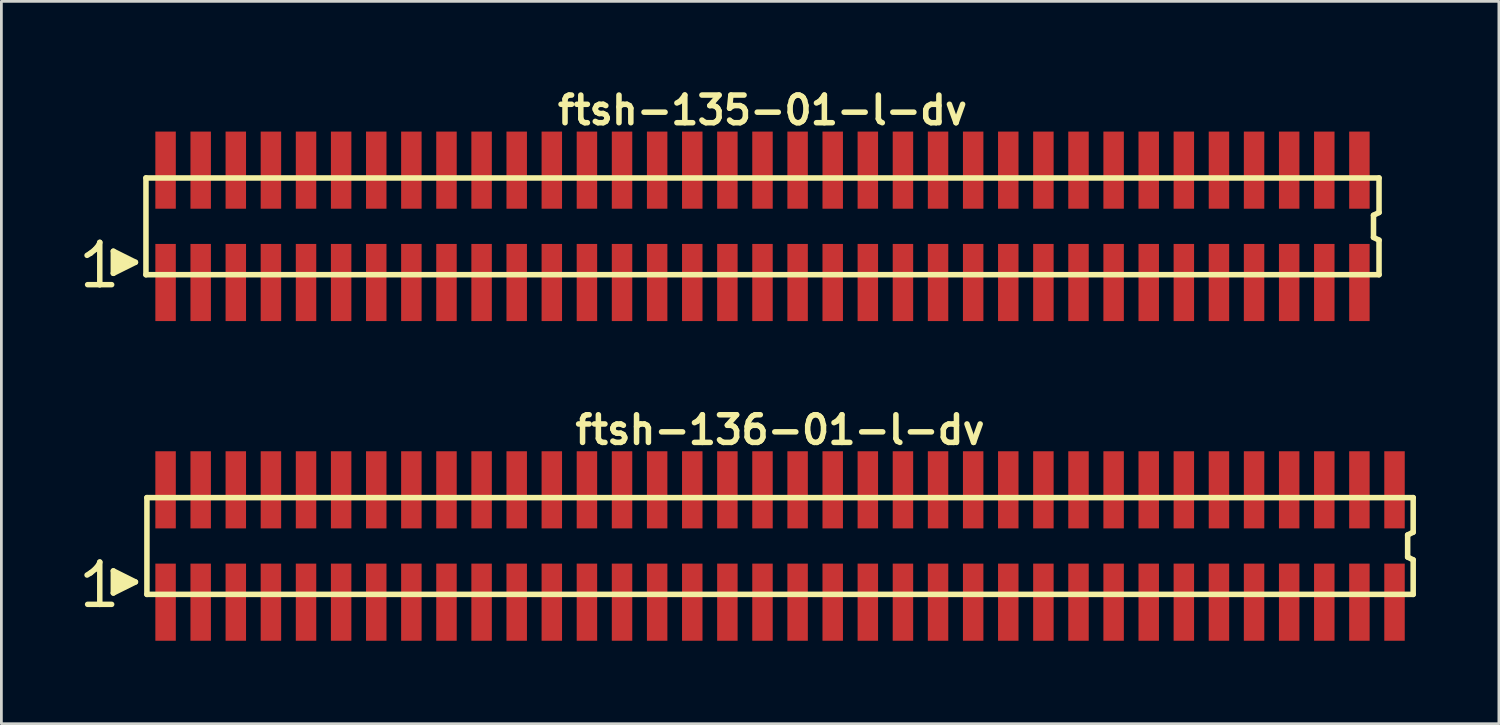
<source format=kicad_pcb>
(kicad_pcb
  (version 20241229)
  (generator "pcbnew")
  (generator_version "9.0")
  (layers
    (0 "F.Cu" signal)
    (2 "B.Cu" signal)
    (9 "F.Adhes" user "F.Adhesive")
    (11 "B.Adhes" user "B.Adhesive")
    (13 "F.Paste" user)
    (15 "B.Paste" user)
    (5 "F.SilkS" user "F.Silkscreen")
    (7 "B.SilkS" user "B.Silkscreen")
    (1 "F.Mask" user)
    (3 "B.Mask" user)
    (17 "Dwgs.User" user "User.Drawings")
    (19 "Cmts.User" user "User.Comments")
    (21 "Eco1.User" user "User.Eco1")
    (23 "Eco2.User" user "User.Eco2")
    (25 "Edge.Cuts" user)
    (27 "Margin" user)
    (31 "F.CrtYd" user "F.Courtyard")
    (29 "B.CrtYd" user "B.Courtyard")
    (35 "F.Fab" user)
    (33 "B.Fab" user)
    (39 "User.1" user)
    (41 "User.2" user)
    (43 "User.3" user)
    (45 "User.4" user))
  (footprint "ftsh-135-01-l-dv"
    (layer "F.Cu")
    (at 24.529 5.136)
    (property "Reference" "ftsh-135-01-l-dv" (at 0 -4.2 0) (layer "F.SilkS") (effects (font (size 1 1) (thickness 0.2))))
    (attr through_hole)
    (fp_line (start -24.43 1.05) (end -24.3 0.97) (stroke (width 0.198) (type solid)) (layer "F.SilkS"))
    (fp_line (start -24.3 0.97) (end -24.14 0.84) (stroke (width 0.198) (type solid)) (layer "F.SilkS"))
    (fp_line (start -24.14 0.84) (end -24 0.67) (stroke (width 0.198) (type solid)) (layer "F.SilkS"))
    (fp_line (start -24 0.67) (end -23.97 0.58) (stroke (width 0.198) (type solid)) (layer "F.SilkS"))
    (fp_line (start -23.97 0.58) (end -23.97 2.11) (stroke (width 0.198) (type solid)) (layer "F.SilkS"))
    (fp_line (start -23.97 2.11) (end -24.41 2.11) (stroke (width 0.198) (type solid)) (layer "F.SilkS"))
    (fp_line (start -23.54 2.11) (end -23.98 2.11) (stroke (width 0.198) (type solid)) (layer "F.SilkS"))
    (fp_line (start -23.48 0.9) (end -22.68 1.3) (stroke (width 0.198) (type solid)) (layer "F.SilkS"))
    (fp_line (start -23.48 1.7) (end -23.48 0.9) (stroke (width 0.198) (type solid)) (layer "F.SilkS"))
    (fp_line (start -23.38 1.6) (end -23.38 1) (stroke (width 0.198) (type solid)) (layer "F.SilkS"))
    (fp_line (start -23.28 1.1) (end -23.28 1.5) (stroke (width 0.198) (type solid)) (layer "F.SilkS"))
    (fp_line (start -23.18 1.5) (end -23.18 1.1) (stroke (width 0.198) (type solid)) (layer "F.SilkS"))
    (fp_line (start -23.08 1.2) (end -23.08 1.4) (stroke (width 0.198) (type solid)) (layer "F.SilkS"))
    (fp_line (start -22.98 1.4) (end -22.98 1.2) (stroke (width 0.198) (type solid)) (layer "F.SilkS"))
    (fp_line (start -22.68 1.3) (end -23.48 1.7) (stroke (width 0.198) (type solid)) (layer "F.SilkS"))
    (fp_line (start -22.3 -1.75) (end -22.3 1.75) (stroke (width 0.2) (type solid)) (layer "F.SilkS"))
    (fp_line (start -22.3 -1.75) (end 22.3 -1.75) (stroke (width 0.2) (type solid)) (layer "F.SilkS"))
    (fp_line (start -22.3 1.75) (end 22.3 1.75) (stroke (width 0.2) (type solid)) (layer "F.SilkS"))
    (fp_line (start 22.1 -0.4) (end 22.1 0.4) (stroke (width 0.2) (type solid)) (layer "F.SilkS"))
    (fp_line (start 22.1 0.4) (end 22.3 0.5) (stroke (width 0.2) (type solid)) (layer "F.SilkS"))
    (fp_line (start 22.3 -0.5) (end 22.1 -0.4) (stroke (width 0.2) (type solid)) (layer "F.SilkS"))
    (fp_line (start 22.3 -0.5) (end 22.3 -1.75) (stroke (width 0.2) (type solid)) (layer "F.SilkS"))
    (fp_line (start 22.3 0.5) (end 22.3 1.75) (stroke (width 0.2) (type solid)) (layer "F.SilkS"))
    (pad "1" smd rect (at -21.59 2.032) (size 0.74 2.79) (layers "F.Cu" "F.Mask" "F.Paste"))
    (pad "2" smd rect (at -21.59 -2.032) (size 0.74 2.79) (layers "F.Cu" "F.Mask" "F.Paste"))
    (pad "3" smd rect (at -20.32 2.032) (size 0.74 2.79) (layers "F.Cu" "F.Mask" "F.Paste"))
    (pad "4" smd rect (at -20.32 -2.032) (size 0.74 2.79) (layers "F.Cu" "F.Mask" "F.Paste"))
    (pad "5" smd rect (at -19.05 2.032) (size 0.74 2.79) (layers "F.Cu" "F.Mask" "F.Paste"))
    (pad "6" smd rect (at -19.05 -2.032) (size 0.74 2.79) (layers "F.Cu" "F.Mask" "F.Paste"))
    (pad "7" smd rect (at -17.78 2.032) (size 0.74 2.79) (layers "F.Cu" "F.Mask" "F.Paste"))
    (pad "8" smd rect (at -17.78 -2.032) (size 0.74 2.79) (layers "F.Cu" "F.Mask" "F.Paste"))
    (pad "9" smd rect (at -16.51 2.032) (size 0.74 2.79) (layers "F.Cu" "F.Mask" "F.Paste"))
    (pad "10" smd rect (at -16.51 -2.032) (size 0.74 2.79) (layers "F.Cu" "F.Mask" "F.Paste"))
    (pad "11" smd rect (at -15.24 2.032) (size 0.74 2.79) (layers "F.Cu" "F.Mask" "F.Paste"))
    (pad "12" smd rect (at -15.24 -2.032) (size 0.74 2.79) (layers "F.Cu" "F.Mask" "F.Paste"))
    (pad "13" smd rect (at -13.97 2.032) (size 0.74 2.79) (layers "F.Cu" "F.Mask" "F.Paste"))
    (pad "14" smd rect (at -13.97 -2.032) (size 0.74 2.79) (layers "F.Cu" "F.Mask" "F.Paste"))
    (pad "15" smd rect (at -12.7 2.032) (size 0.74 2.79) (layers "F.Cu" "F.Mask" "F.Paste"))
    (pad "16" smd rect (at -12.7 -2.032) (size 0.74 2.79) (layers "F.Cu" "F.Mask" "F.Paste"))
    (pad "17" smd rect (at -11.43 2.032) (size 0.74 2.79) (layers "F.Cu" "F.Mask" "F.Paste"))
    (pad "18" smd rect (at -11.43 -2.032) (size 0.74 2.79) (layers "F.Cu" "F.Mask" "F.Paste"))
    (pad "19" smd rect (at -10.16 2.032) (size 0.74 2.79) (layers "F.Cu" "F.Mask" "F.Paste"))
    (pad "20" smd rect (at -10.16 -2.032) (size 0.74 2.79) (layers "F.Cu" "F.Mask" "F.Paste"))
    (pad "21" smd rect (at -8.89 2.032) (size 0.74 2.79) (layers "F.Cu" "F.Mask" "F.Paste"))
    (pad "22" smd rect (at -8.89 -2.032) (size 0.74 2.79) (layers "F.Cu" "F.Mask" "F.Paste"))
    (pad "23" smd rect (at -7.62 2.032) (size 0.74 2.79) (layers "F.Cu" "F.Mask" "F.Paste"))
    (pad "24" smd rect (at -7.62 -2.032) (size 0.74 2.79) (layers "F.Cu" "F.Mask" "F.Paste"))
    (pad "25" smd rect (at -6.35 2.032) (size 0.74 2.79) (layers "F.Cu" "F.Mask" "F.Paste"))
    (pad "26" smd rect (at -6.35 -2.032) (size 0.74 2.79) (layers "F.Cu" "F.Mask" "F.Paste"))
    (pad "27" smd rect (at -5.08 2.032) (size 0.74 2.79) (layers "F.Cu" "F.Mask" "F.Paste"))
    (pad "28" smd rect (at -5.08 -2.032) (size 0.74 2.79) (layers "F.Cu" "F.Mask" "F.Paste"))
    (pad "29" smd rect (at -3.81 2.032) (size 0.74 2.79) (layers "F.Cu" "F.Mask" "F.Paste"))
    (pad "30" smd rect (at -3.81 -2.032) (size 0.74 2.79) (layers "F.Cu" "F.Mask" "F.Paste"))
    (pad "31" smd rect (at -2.54 2.032) (size 0.74 2.79) (layers "F.Cu" "F.Mask" "F.Paste"))
    (pad "32" smd rect (at -2.54 -2.032) (size 0.74 2.79) (layers "F.Cu" "F.Mask" "F.Paste"))
    (pad "33" smd rect (at -1.27 2.032) (size 0.74 2.79) (layers "F.Cu" "F.Mask" "F.Paste"))
    (pad "34" smd rect (at -1.27 -2.032) (size 0.74 2.79) (layers "F.Cu" "F.Mask" "F.Paste"))
    (pad "35" smd rect (at 0 2.032) (size 0.74 2.79) (layers "F.Cu" "F.Mask" "F.Paste"))
    (pad "36" smd rect (at 0 -2.032) (size 0.74 2.79) (layers "F.Cu" "F.Mask" "F.Paste"))
    (pad "37" smd rect (at 1.27 2.032) (size 0.74 2.79) (layers "F.Cu" "F.Mask" "F.Paste"))
    (pad "38" smd rect (at 1.27 -2.032) (size 0.74 2.79) (layers "F.Cu" "F.Mask" "F.Paste"))
    (pad "39" smd rect (at 2.54 2.032) (size 0.74 2.79) (layers "F.Cu" "F.Mask" "F.Paste"))
    (pad "40" smd rect (at 2.54 -2.032) (size 0.74 2.79) (layers "F.Cu" "F.Mask" "F.Paste"))
    (pad "41" smd rect (at 3.81 2.032) (size 0.74 2.79) (layers "F.Cu" "F.Mask" "F.Paste"))
    (pad "42" smd rect (at 3.81 -2.032) (size 0.74 2.79) (layers "F.Cu" "F.Mask" "F.Paste"))
    (pad "43" smd rect (at 5.08 2.032) (size 0.74 2.79) (layers "F.Cu" "F.Mask" "F.Paste"))
    (pad "44" smd rect (at 5.08 -2.032) (size 0.74 2.79) (layers "F.Cu" "F.Mask" "F.Paste"))
    (pad "45" smd rect (at 6.35 2.032) (size 0.74 2.79) (layers "F.Cu" "F.Mask" "F.Paste"))
    (pad "46" smd rect (at 6.35 -2.032) (size 0.74 2.79) (layers "F.Cu" "F.Mask" "F.Paste"))
    (pad "47" smd rect (at 7.62 2.032) (size 0.74 2.79) (layers "F.Cu" "F.Mask" "F.Paste"))
    (pad "48" smd rect (at 7.62 -2.032) (size 0.74 2.79) (layers "F.Cu" "F.Mask" "F.Paste"))
    (pad "49" smd rect (at 8.89 2.032) (size 0.74 2.79) (layers "F.Cu" "F.Mask" "F.Paste"))
    (pad "50" smd rect (at 8.89 -2.032) (size 0.74 2.79) (layers "F.Cu" "F.Mask" "F.Paste"))
    (pad "51" smd rect (at 10.16 2.032) (size 0.74 2.79) (layers "F.Cu" "F.Mask" "F.Paste"))
    (pad "52" smd rect (at 10.16 -2.032) (size 0.74 2.79) (layers "F.Cu" "F.Mask" "F.Paste"))
    (pad "53" smd rect (at 11.43 2.032) (size 0.74 2.79) (layers "F.Cu" "F.Mask" "F.Paste"))
    (pad "54" smd rect (at 11.43 -2.032) (size 0.74 2.79) (layers "F.Cu" "F.Mask" "F.Paste"))
    (pad "55" smd rect (at 12.7 2.032) (size 0.74 2.79) (layers "F.Cu" "F.Mask" "F.Paste"))
    (pad "56" smd rect (at 12.7 -2.032) (size 0.74 2.79) (layers "F.Cu" "F.Mask" "F.Paste"))
    (pad "57" smd rect (at 13.97 2.032) (size 0.74 2.79) (layers "F.Cu" "F.Mask" "F.Paste"))
    (pad "58" smd rect (at 13.97 -2.032) (size 0.74 2.79) (layers "F.Cu" "F.Mask" "F.Paste"))
    (pad "59" smd rect (at 15.24 2.032) (size 0.74 2.79) (layers "F.Cu" "F.Mask" "F.Paste"))
    (pad "60" smd rect (at 15.24 -2.032) (size 0.74 2.79) (layers "F.Cu" "F.Mask" "F.Paste"))
    (pad "61" smd rect (at 16.51 2.032) (size 0.74 2.79) (layers "F.Cu" "F.Mask" "F.Paste"))
    (pad "62" smd rect (at 16.51 -2.032) (size 0.74 2.79) (layers "F.Cu" "F.Mask" "F.Paste"))
    (pad "63" smd rect (at 17.78 2.032) (size 0.74 2.79) (layers "F.Cu" "F.Mask" "F.Paste"))
    (pad "64" smd rect (at 17.78 -2.032) (size 0.74 2.79) (layers "F.Cu" "F.Mask" "F.Paste"))
    (pad "65" smd rect (at 19.05 2.032) (size 0.74 2.79) (layers "F.Cu" "F.Mask" "F.Paste"))
    (pad "66" smd rect (at 19.05 -2.032) (size 0.74 2.79) (layers "F.Cu" "F.Mask" "F.Paste"))
    (pad "67" smd rect (at 20.32 2.032) (size 0.74 2.79) (layers "F.Cu" "F.Mask" "F.Paste"))
    (pad "68" smd rect (at 20.32 -2.032) (size 0.74 2.79) (layers "F.Cu" "F.Mask" "F.Paste"))
    (pad "69" smd rect (at 21.59 2.032) (size 0.74 2.79) (layers "F.Cu" "F.Mask" "F.Paste"))
    (pad "70" smd rect (at 21.59 -2.032) (size 0.74 2.79) (layers "F.Cu" "F.Mask" "F.Paste")))
  (footprint "ftsh-136-01-l-dv"
    (layer "F.Cu")
    (at 25.164 16.699)
    (property "Reference" "ftsh-136-01-l-dv" (at 0 -4.2 0) (layer "F.SilkS") (effects (font (size 1 1) (thickness 0.2))))
    (attr through_hole)
    (fp_line (start -25.065 1.05) (end -24.935 0.97) (stroke (width 0.198) (type solid)) (layer "F.SilkS"))
    (fp_line (start -24.935 0.97) (end -24.775 0.84) (stroke (width 0.198) (type solid)) (layer "F.SilkS"))
    (fp_line (start -24.775 0.84) (end -24.635 0.67) (stroke (width 0.198) (type solid)) (layer "F.SilkS"))
    (fp_line (start -24.635 0.67) (end -24.605 0.58) (stroke (width 0.198) (type solid)) (layer "F.SilkS"))
    (fp_line (start -24.605 0.58) (end -24.605 2.11) (stroke (width 0.198) (type solid)) (layer "F.SilkS"))
    (fp_line (start -24.605 2.11) (end -25.045 2.11) (stroke (width 0.198) (type solid)) (layer "F.SilkS"))
    (fp_line (start -24.175 2.11) (end -24.615 2.11) (stroke (width 0.198) (type solid)) (layer "F.SilkS"))
    (fp_line (start -24.115 0.9) (end -23.315 1.3) (stroke (width 0.198) (type solid)) (layer "F.SilkS"))
    (fp_line (start -24.115 1.7) (end -24.115 0.9) (stroke (width 0.198) (type solid)) (layer "F.SilkS"))
    (fp_line (start -24.015 1.6) (end -24.015 1) (stroke (width 0.198) (type solid)) (layer "F.SilkS"))
    (fp_line (start -23.915 1.1) (end -23.915 1.5) (stroke (width 0.198) (type solid)) (layer "F.SilkS"))
    (fp_line (start -23.815 1.5) (end -23.815 1.1) (stroke (width 0.198) (type solid)) (layer "F.SilkS"))
    (fp_line (start -23.715 1.2) (end -23.715 1.4) (stroke (width 0.198) (type solid)) (layer "F.SilkS"))
    (fp_line (start -23.615 1.4) (end -23.615 1.2) (stroke (width 0.198) (type solid)) (layer "F.SilkS"))
    (fp_line (start -23.315 1.3) (end -24.115 1.7) (stroke (width 0.198) (type solid)) (layer "F.SilkS"))
    (fp_line (start -22.9 -1.75) (end -22.9 1.75) (stroke (width 0.2) (type solid)) (layer "F.SilkS"))
    (fp_line (start -22.9 -1.75) (end 22.9 -1.75) (stroke (width 0.2) (type solid)) (layer "F.SilkS"))
    (fp_line (start -22.9 1.75) (end 22.9 1.75) (stroke (width 0.2) (type solid)) (layer "F.SilkS"))
    (fp_line (start 22.7 -0.4) (end 22.7 0.4) (stroke (width 0.2) (type solid)) (layer "F.SilkS"))
    (fp_line (start 22.7 0.4) (end 22.9 0.5) (stroke (width 0.2) (type solid)) (layer "F.SilkS"))
    (fp_line (start 22.9 -0.5) (end 22.7 -0.4) (stroke (width 0.2) (type solid)) (layer "F.SilkS"))
    (fp_line (start 22.9 -0.5) (end 22.9 -1.75) (stroke (width 0.2) (type solid)) (layer "F.SilkS"))
    (fp_line (start 22.9 0.5) (end 22.9 1.75) (stroke (width 0.2) (type solid)) (layer "F.SilkS"))
    (pad "1" smd rect (at -22.225 2.032) (size 0.74 2.79) (layers "F.Cu" "F.Mask" "F.Paste"))
    (pad "2" smd rect (at -22.225 -2.032) (size 0.74 2.79) (layers "F.Cu" "F.Mask" "F.Paste"))
    (pad "3" smd rect (at -20.955 2.032) (size 0.74 2.79) (layers "F.Cu" "F.Mask" "F.Paste"))
    (pad "4" smd rect (at -20.955 -2.032) (size 0.74 2.79) (layers "F.Cu" "F.Mask" "F.Paste"))
    (pad "5" smd rect (at -19.685 2.032) (size 0.74 2.79) (layers "F.Cu" "F.Mask" "F.Paste"))
    (pad "6" smd rect (at -19.685 -2.032) (size 0.74 2.79) (layers "F.Cu" "F.Mask" "F.Paste"))
    (pad "7" smd rect (at -18.415 2.032) (size 0.74 2.79) (layers "F.Cu" "F.Mask" "F.Paste"))
    (pad "8" smd rect (at -18.415 -2.032) (size 0.74 2.79) (layers "F.Cu" "F.Mask" "F.Paste"))
    (pad "9" smd rect (at -17.145 2.032) (size 0.74 2.79) (layers "F.Cu" "F.Mask" "F.Paste"))
    (pad "10" smd rect (at -17.145 -2.032) (size 0.74 2.79) (layers "F.Cu" "F.Mask" "F.Paste"))
    (pad "11" smd rect (at -15.875 2.032) (size 0.74 2.79) (layers "F.Cu" "F.Mask" "F.Paste"))
    (pad "12" smd rect (at -15.875 -2.032) (size 0.74 2.79) (layers "F.Cu" "F.Mask" "F.Paste"))
    (pad "13" smd rect (at -14.605 2.032) (size 0.74 2.79) (layers "F.Cu" "F.Mask" "F.Paste"))
    (pad "14" smd rect (at -14.605 -2.032) (size 0.74 2.79) (layers "F.Cu" "F.Mask" "F.Paste"))
    (pad "15" smd rect (at -13.335 2.032) (size 0.74 2.79) (layers "F.Cu" "F.Mask" "F.Paste"))
    (pad "16" smd rect (at -13.335 -2.032) (size 0.74 2.79) (layers "F.Cu" "F.Mask" "F.Paste"))
    (pad "17" smd rect (at -12.065 2.032) (size 0.74 2.79) (layers "F.Cu" "F.Mask" "F.Paste"))
    (pad "18" smd rect (at -12.065 -2.032) (size 0.74 2.79) (layers "F.Cu" "F.Mask" "F.Paste"))
    (pad "19" smd rect (at -10.795 2.032) (size 0.74 2.79) (layers "F.Cu" "F.Mask" "F.Paste"))
    (pad "20" smd rect (at -10.795 -2.032) (size 0.74 2.79) (layers "F.Cu" "F.Mask" "F.Paste"))
    (pad "21" smd rect (at -9.525 2.032) (size 0.74 2.79) (layers "F.Cu" "F.Mask" "F.Paste"))
    (pad "22" smd rect (at -9.525 -2.032) (size 0.74 2.79) (layers "F.Cu" "F.Mask" "F.Paste"))
    (pad "23" smd rect (at -8.255 2.032) (size 0.74 2.79) (layers "F.Cu" "F.Mask" "F.Paste"))
    (pad "24" smd rect (at -8.255 -2.032) (size 0.74 2.79) (layers "F.Cu" "F.Mask" "F.Paste"))
    (pad "25" smd rect (at -6.985 2.032) (size 0.74 2.79) (layers "F.Cu" "F.Mask" "F.Paste"))
    (pad "26" smd rect (at -6.985 -2.032) (size 0.74 2.79) (layers "F.Cu" "F.Mask" "F.Paste"))
    (pad "27" smd rect (at -5.715 2.032) (size 0.74 2.79) (layers "F.Cu" "F.Mask" "F.Paste"))
    (pad "28" smd rect (at -5.715 -2.032) (size 0.74 2.79) (layers "F.Cu" "F.Mask" "F.Paste"))
    (pad "29" smd rect (at -4.445 2.032) (size 0.74 2.79) (layers "F.Cu" "F.Mask" "F.Paste"))
    (pad "30" smd rect (at -4.445 -2.032) (size 0.74 2.79) (layers "F.Cu" "F.Mask" "F.Paste"))
    (pad "31" smd rect (at -3.175 2.032) (size 0.74 2.79) (layers "F.Cu" "F.Mask" "F.Paste"))
    (pad "32" smd rect (at -3.175 -2.032) (size 0.74 2.79) (layers "F.Cu" "F.Mask" "F.Paste"))
    (pad "33" smd rect (at -1.905 2.032) (size 0.74 2.79) (layers "F.Cu" "F.Mask" "F.Paste"))
    (pad "34" smd rect (at -1.905 -2.032) (size 0.74 2.79) (layers "F.Cu" "F.Mask" "F.Paste"))
    (pad "35" smd rect (at -0.635 2.032) (size 0.74 2.79) (layers "F.Cu" "F.Mask" "F.Paste"))
    (pad "36" smd rect (at -0.635 -2.032) (size 0.74 2.79) (layers "F.Cu" "F.Mask" "F.Paste"))
    (pad "37" smd rect (at 0.635 2.032) (size 0.74 2.79) (layers "F.Cu" "F.Mask" "F.Paste"))
    (pad "38" smd rect (at 0.635 -2.032) (size 0.74 2.79) (layers "F.Cu" "F.Mask" "F.Paste"))
    (pad "39" smd rect (at 1.905 2.032) (size 0.74 2.79) (layers "F.Cu" "F.Mask" "F.Paste"))
    (pad "40" smd rect (at 1.905 -2.032) (size 0.74 2.79) (layers "F.Cu" "F.Mask" "F.Paste"))
    (pad "41" smd rect (at 3.175 2.032) (size 0.74 2.79) (layers "F.Cu" "F.Mask" "F.Paste"))
    (pad "42" smd rect (at 3.175 -2.032) (size 0.74 2.79) (layers "F.Cu" "F.Mask" "F.Paste"))
    (pad "43" smd rect (at 4.445 2.032) (size 0.74 2.79) (layers "F.Cu" "F.Mask" "F.Paste"))
    (pad "44" smd rect (at 4.445 -2.032) (size 0.74 2.79) (layers "F.Cu" "F.Mask" "F.Paste"))
    (pad "45" smd rect (at 5.715 2.032) (size 0.74 2.79) (layers "F.Cu" "F.Mask" "F.Paste"))
    (pad "46" smd rect (at 5.715 -2.032) (size 0.74 2.79) (layers "F.Cu" "F.Mask" "F.Paste"))
    (pad "47" smd rect (at 6.985 2.032) (size 0.74 2.79) (layers "F.Cu" "F.Mask" "F.Paste"))
    (pad "48" smd rect (at 6.985 -2.032) (size 0.74 2.79) (layers "F.Cu" "F.Mask" "F.Paste"))
    (pad "49" smd rect (at 8.255 2.032) (size 0.74 2.79) (layers "F.Cu" "F.Mask" "F.Paste"))
    (pad "50" smd rect (at 8.255 -2.032) (size 0.74 2.79) (layers "F.Cu" "F.Mask" "F.Paste"))
    (pad "51" smd rect (at 9.525 2.032) (size 0.74 2.79) (layers "F.Cu" "F.Mask" "F.Paste"))
    (pad "52" smd rect (at 9.525 -2.032) (size 0.74 2.79) (layers "F.Cu" "F.Mask" "F.Paste"))
    (pad "53" smd rect (at 10.795 2.032) (size 0.74 2.79) (layers "F.Cu" "F.Mask" "F.Paste"))
    (pad "54" smd rect (at 10.795 -2.032) (size 0.74 2.79) (layers "F.Cu" "F.Mask" "F.Paste"))
    (pad "55" smd rect (at 12.065 2.032) (size 0.74 2.79) (layers "F.Cu" "F.Mask" "F.Paste"))
    (pad "56" smd rect (at 12.065 -2.032) (size 0.74 2.79) (layers "F.Cu" "F.Mask" "F.Paste"))
    (pad "57" smd rect (at 13.335 2.032) (size 0.74 2.79) (layers "F.Cu" "F.Mask" "F.Paste"))
    (pad "58" smd rect (at 13.335 -2.032) (size 0.74 2.79) (layers "F.Cu" "F.Mask" "F.Paste"))
    (pad "59" smd rect (at 14.605 2.032) (size 0.74 2.79) (layers "F.Cu" "F.Mask" "F.Paste"))
    (pad "60" smd rect (at 14.605 -2.032) (size 0.74 2.79) (layers "F.Cu" "F.Mask" "F.Paste"))
    (pad "61" smd rect (at 15.875 2.032) (size 0.74 2.79) (layers "F.Cu" "F.Mask" "F.Paste"))
    (pad "62" smd rect (at 15.875 -2.032) (size 0.74 2.79) (layers "F.Cu" "F.Mask" "F.Paste"))
    (pad "63" smd rect (at 17.145 2.032) (size 0.74 2.79) (layers "F.Cu" "F.Mask" "F.Paste"))
    (pad "64" smd rect (at 17.145 -2.032) (size 0.74 2.79) (layers "F.Cu" "F.Mask" "F.Paste"))
    (pad "65" smd rect (at 18.415 2.032) (size 0.74 2.79) (layers "F.Cu" "F.Mask" "F.Paste"))
    (pad "66" smd rect (at 18.415 -2.032) (size 0.74 2.79) (layers "F.Cu" "F.Mask" "F.Paste"))
    (pad "67" smd rect (at 19.685 2.032) (size 0.74 2.79) (layers "F.Cu" "F.Mask" "F.Paste"))
    (pad "68" smd rect (at 19.685 -2.032) (size 0.74 2.79) (layers "F.Cu" "F.Mask" "F.Paste"))
    (pad "69" smd rect (at 20.955 2.032) (size 0.74 2.79) (layers "F.Cu" "F.Mask" "F.Paste"))
    (pad "70" smd rect (at 20.955 -2.032) (size 0.74 2.79) (layers "F.Cu" "F.Mask" "F.Paste"))
    (pad "71" smd rect (at 22.225 2.032) (size 0.74 2.79) (layers "F.Cu" "F.Mask" "F.Paste"))
    (pad "72" smd rect (at 22.225 -2.032) (size 0.74 2.79) (layers "F.Cu" "F.Mask" "F.Paste")))
  (gr_rect
    (start -3 -3)
    (end 51.164 23.126)
    (stroke (width 0.1) (type default))
    (fill no)
    (layer "Edge.Cuts")))
</source>
